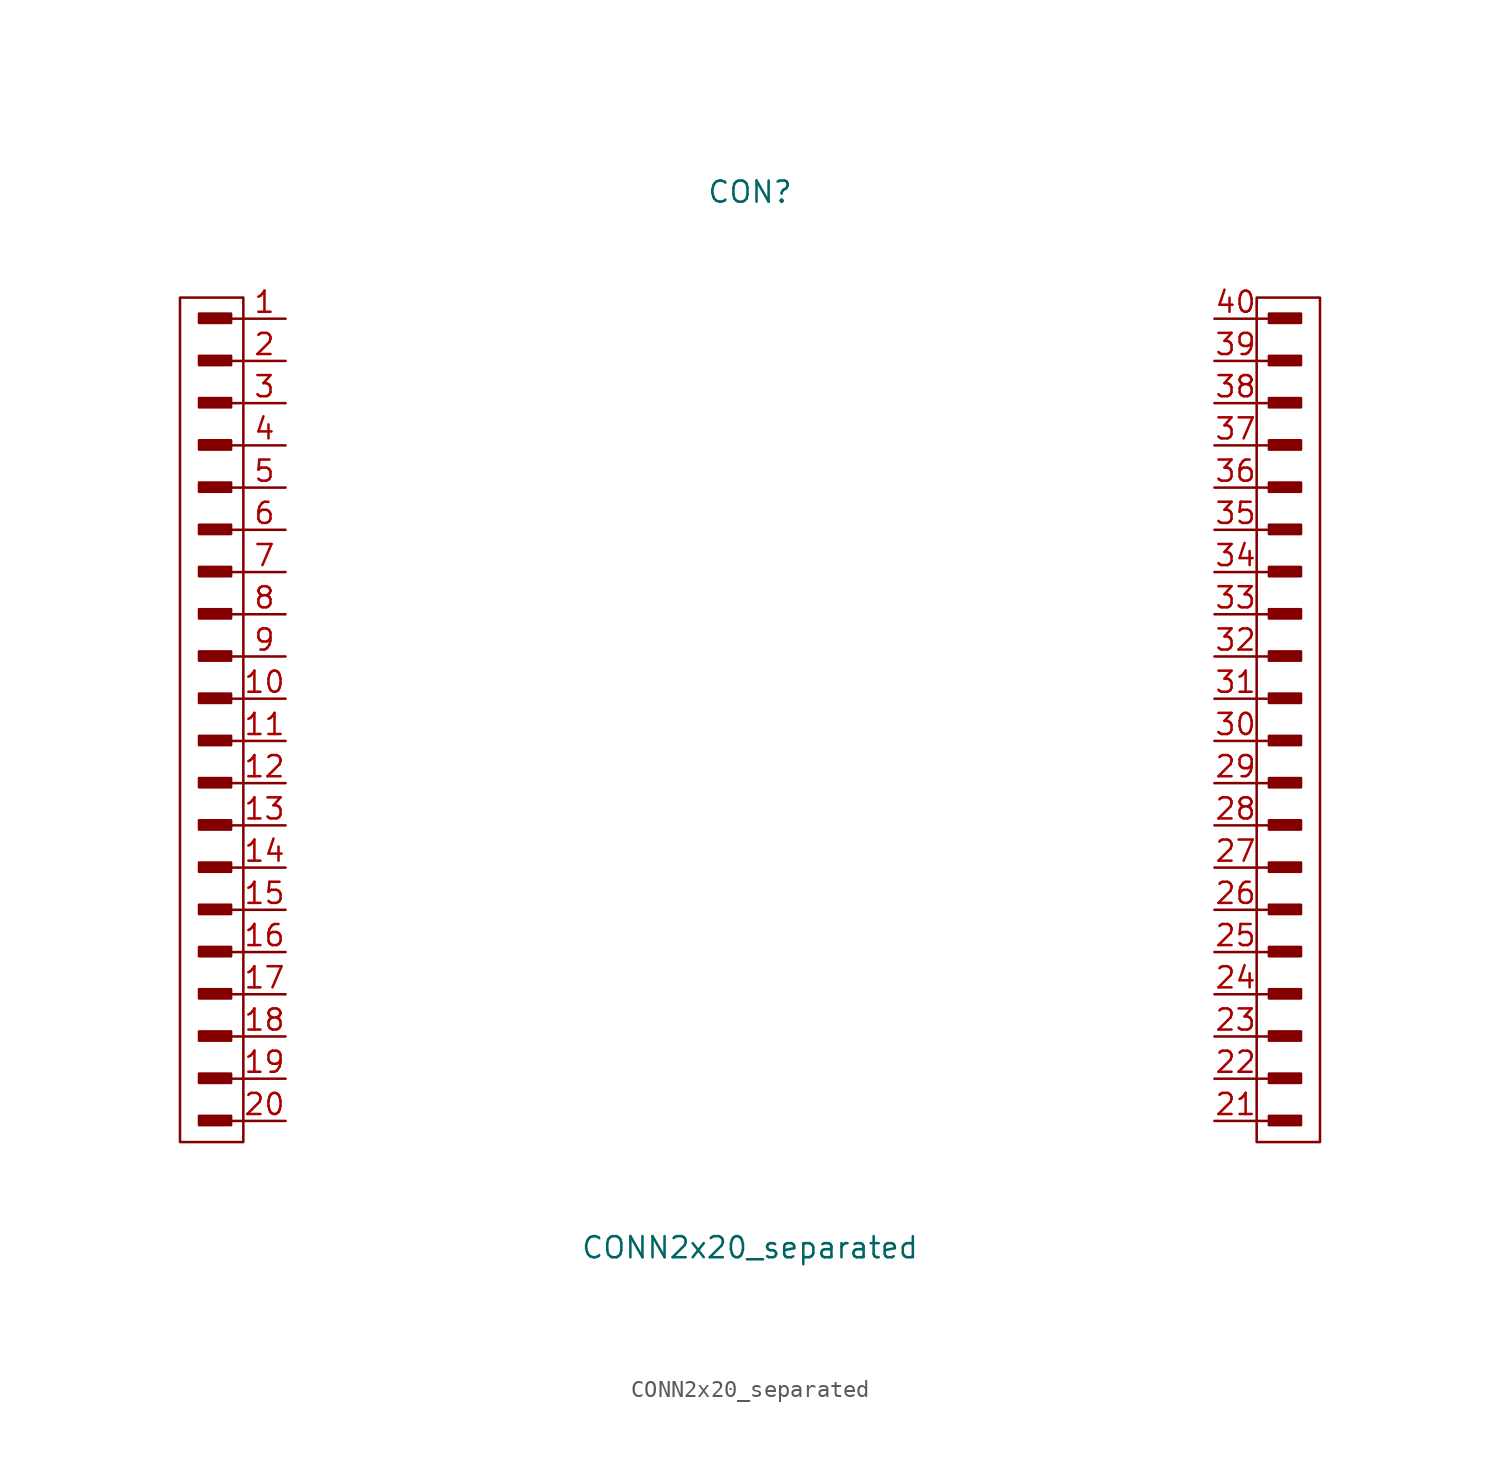
<source format=kicad_sym>
(kicad_symbol_lib
  (version 20220914)
  (generator kicad_symbol_editor)
  (symbol "CONN2x20_separated"
    (pin_names
      (offset 1.016))
    (property "Reference" "CON"
      (at 0 33.02 0)
      (effects (font (size 1.27 1.27))))
    (property "Value" "CONN2x20_separated"
      (at 0 -30.48 0)
      (effects (font (size 1.27 1.27))))
    (symbol "CONN2x20_separated_1_1"
      (rectangle (start -33.122 -23.012) (end -31.344 -22.657) (stroke (width 0) (type solid)) (fill (type none)))
      (rectangle (start -33.122 -17.932) (end -31.344 -17.577) (stroke (width 0) (type solid)) (fill (type none)))
      (rectangle (start -33.122 -15.392) (end -31.344 -15.037) (stroke (width 0) (type solid)) (fill (type none)))
      (rectangle (start -33.122 -12.852) (end -31.344 -12.497) (stroke (width 0) (type solid)) (fill (type none)))
      (rectangle (start -33.122 -10.312) (end -31.344 -9.957) (stroke (width 0) (type solid)) (fill (type none)))
      (rectangle (start -33.122 -7.772) (end -31.344 -7.417) (stroke (width 0) (type solid)) (fill (type none)))
      (rectangle (start -33.122 -5.232) (end -31.344 -4.877) (stroke (width 0) (type solid)) (fill (type none)))
      (rectangle (start -33.122 -2.692) (end -31.344 -2.337) (stroke (width 0) (type solid)) (fill (type none)))
      (rectangle (start -33.122 2.388) (end -31.344 2.743) (stroke (width 0) (type solid)) (fill (type none)))
      (rectangle (start -33.122 7.468) (end -31.344 7.823) (stroke (width 0) (type solid)) (fill (type none)))
      (rectangle (start -33.122 10.008) (end -31.344 10.363) (stroke (width 0) (type solid)) (fill (type none)))
      (rectangle (start -33.122 12.548) (end -31.344 12.903) (stroke (width 0) (type solid)) (fill (type none)))
      (rectangle (start -33.122 15.088) (end -31.344 15.443) (stroke (width 0) (type solid)) (fill (type none)))
      (rectangle (start -33.122 17.628) (end -31.344 17.983) (stroke (width 0) (type solid)) (fill (type none)))
      (rectangle (start -33.122 20.168) (end -31.344 20.523) (stroke (width 0) (type solid)) (fill (type none)))
      (rectangle (start -33.122 22.708) (end -31.344 23.063) (stroke (width 0) (type solid)) (fill (type none)))
      (rectangle (start -33.096 -22.911) (end -31.445 -22.809) (stroke (width 0) (type solid)) (fill (type none)))
      (rectangle (start -33.096 -20.472) (end -31.318 -20.117) (stroke (width 0) (type solid)) (fill (type none)))
      (rectangle (start -33.096 -17.831) (end -31.445 -17.729) (stroke (width 0) (type solid)) (fill (type none)))
      (rectangle (start -33.096 -15.291) (end -31.445 -15.189) (stroke (width 0) (type solid)) (fill (type none)))
      (rectangle (start -33.096 -12.751) (end -31.445 -12.649) (stroke (width 0) (type solid)) (fill (type none)))
      (rectangle (start -33.096 -10.211) (end -31.445 -10.109) (stroke (width 0) (type solid)) (fill (type none)))
      (rectangle (start -33.096 -7.671) (end -31.445 -7.569) (stroke (width 0) (type solid)) (fill (type none)))
      (rectangle (start -33.096 -5.131) (end -31.445 -5.029) (stroke (width 0) (type solid)) (fill (type none)))
      (rectangle (start -33.096 -2.591) (end -31.445 -2.489) (stroke (width 0) (type solid)) (fill (type none)))
      (rectangle (start -33.096 -0.152) (end -31.318 0.203) (stroke (width 0) (type solid)) (fill (type none)))
      (rectangle (start -33.096 2.489) (end -31.445 2.591) (stroke (width 0) (type solid)) (fill (type none)))
      (rectangle (start -33.096 4.928) (end -31.318 5.283) (stroke (width 0) (type solid)) (fill (type none)))
      (rectangle (start -33.096 7.569) (end -31.445 7.671) (stroke (width 0) (type solid)) (fill (type none)))
      (rectangle (start -33.096 10.109) (end -31.445 10.211) (stroke (width 0) (type solid)) (fill (type none)))
      (rectangle (start -33.096 12.649) (end -31.445 12.751) (stroke (width 0) (type solid)) (fill (type none)))
      (rectangle (start -33.096 15.189) (end -31.445 15.291) (stroke (width 0) (type solid)) (fill (type none)))
      (rectangle (start -33.096 17.729) (end -31.445 17.831) (stroke (width 0) (type solid)) (fill (type none)))
      (rectangle (start -33.096 20.269) (end -31.445 20.371) (stroke (width 0) (type solid)) (fill (type none)))
      (rectangle (start -33.096 22.809) (end -31.445 22.911) (stroke (width 0) (type solid)) (fill (type none)))
      (rectangle (start -33.096 25.248) (end -31.318 25.603) (stroke (width 0) (type solid)) (fill (type none)))
      (rectangle (start -33.071 -20.345) (end -31.42 -20.244) (stroke (width 0) (type solid)) (fill (type none)))
      (rectangle (start -33.071 -0.025) (end -31.42 0.076) (stroke (width 0) (type solid)) (fill (type none)))
      (rectangle (start -33.071 5.055) (end -31.42 5.156) (stroke (width 0) (type solid)) (fill (type none)))
      (rectangle (start -33.071 25.375) (end -31.42 25.476) (stroke (width 0) (type solid)) (fill (type none)))
      (rectangle (start -31.445 -22.733) (end -33.122 -22.936) (stroke (width 0) (type solid)) (fill (type none)))
      (rectangle (start -31.445 -17.653) (end -33.122 -17.856) (stroke (width 0) (type solid)) (fill (type none)))
      (rectangle (start -31.445 -15.113) (end -33.122 -15.316) (stroke (width 0) (type solid)) (fill (type none)))
      (rectangle (start -31.445 -12.573) (end -33.122 -12.776) (stroke (width 0) (type solid)) (fill (type none)))
      (rectangle (start -31.445 -10.033) (end -33.122 -10.236) (stroke (width 0) (type solid)) (fill (type none)))
      (rectangle (start -31.445 -7.493) (end -33.122 -7.696) (stroke (width 0) (type solid)) (fill (type none)))
      (rectangle (start -31.445 -4.953) (end -33.122 -5.156) (stroke (width 0) (type solid)) (fill (type none)))
      (rectangle (start -31.445 -2.413) (end -33.122 -2.616) (stroke (width 0) (type solid)) (fill (type none)))
      (rectangle (start -31.445 2.667) (end -33.122 2.464) (stroke (width 0) (type solid)) (fill (type none)))
      (rectangle (start -31.445 7.747) (end -33.122 7.544) (stroke (width 0) (type solid)) (fill (type none)))
      (rectangle (start -31.445 10.287) (end -33.122 10.084) (stroke (width 0) (type solid)) (fill (type none)))
      (rectangle (start -31.445 12.827) (end -33.122 12.624) (stroke (width 0) (type solid)) (fill (type none)))
      (rectangle (start -31.445 15.367) (end -33.122 15.164) (stroke (width 0) (type solid)) (fill (type none)))
      (rectangle (start -31.445 17.907) (end -33.122 17.704) (stroke (width 0) (type solid)) (fill (type none)))
      (rectangle (start -31.445 20.447) (end -33.122 20.244) (stroke (width 0) (type solid)) (fill (type none)))
      (rectangle (start -31.445 22.987) (end -33.122 22.784) (stroke (width 0) (type solid)) (fill (type none)))
      (rectangle (start -31.344 -20.218) (end -33.02 -20.422) (stroke (width 0) (type solid)) (fill (type none)))
      (rectangle (start -31.344 0.102) (end -33.02 -0.102) (stroke (width 0) (type solid)) (fill (type none)))
      (rectangle (start -31.344 5.182) (end -33.02 4.978) (stroke (width 0) (type solid)) (fill (type none)))
      (rectangle (start -31.344 25.502) (end -33.02 25.298) (stroke (width 0) (type solid)) (fill (type none)))
      (rectangle (start -31.217 -22.555) (end -33.147 -23.114) (stroke (width 0) (type solid)) (fill (type none)))
      (rectangle (start -31.217 -20.015) (end -33.147 -20.574) (stroke (width 0) (type solid)) (fill (type none)))
      (rectangle (start -31.217 -17.475) (end -33.147 -18.034) (stroke (width 0) (type solid)) (fill (type none)))
      (rectangle (start -31.217 -14.935) (end -33.147 -15.494) (stroke (width 0) (type solid)) (fill (type none)))
      (rectangle (start -31.217 -12.395) (end -33.147 -12.954) (stroke (width 0) (type solid)) (fill (type none)))
      (rectangle (start -31.217 -9.855) (end -33.147 -10.414) (stroke (width 0) (type solid)) (fill (type none)))
      (rectangle (start -31.217 -7.315) (end -33.147 -7.874) (stroke (width 0) (type solid)) (fill (type none)))
      (rectangle (start -31.217 -4.775) (end -33.147 -5.334) (stroke (width 0) (type solid)) (fill (type none)))
      (rectangle (start -31.217 -2.235) (end -33.147 -2.794) (stroke (width 0) (type solid)) (fill (type none)))
      (rectangle (start -31.217 0.305) (end -33.147 -0.254) (stroke (width 0) (type solid)) (fill (type none)))
      (rectangle (start -31.217 2.845) (end -33.147 2.286) (stroke (width 0) (type solid)) (fill (type none)))
      (rectangle (start -31.217 5.385) (end -33.147 4.826) (stroke (width 0) (type solid)) (fill (type none)))
      (rectangle (start -31.217 7.925) (end -33.147 7.366) (stroke (width 0) (type solid)) (fill (type none)))
      (rectangle (start -31.217 10.465) (end -33.147 9.906) (stroke (width 0) (type solid)) (fill (type none)))
      (rectangle (start -31.217 13.005) (end -33.147 12.446) (stroke (width 0) (type solid)) (fill (type none)))
      (rectangle (start -31.217 15.545) (end -33.147 14.986) (stroke (width 0) (type solid)) (fill (type none)))
      (rectangle (start -31.217 18.085) (end -33.147 17.526) (stroke (width 0) (type solid)) (fill (type none)))
      (rectangle (start -31.217 20.625) (end -33.147 20.066) (stroke (width 0) (type solid)) (fill (type none)))
      (rectangle (start -31.217 23.165) (end -33.147 22.606) (stroke (width 0) (type solid)) (fill (type none)))
      (rectangle (start -31.217 25.705) (end -33.147 25.146) (stroke (width 0) (type solid)) (fill (type none)))
      (rectangle (start -30.48 -24.13) (end -34.29 26.67) (stroke (width 0) (type solid)) (fill (type none)))
      (polyline (pts (xy -30.48 -22.86) (xy -31.242 -22.86)) (stroke (width 0) (type solid)) (fill (type none)))
      (polyline (pts (xy -30.48 -20.32) (xy -31.242 -20.32)) (stroke (width 0) (type solid)) (fill (type none)))
      (polyline (pts (xy -30.48 -17.78) (xy -31.242 -17.78)) (stroke (width 0) (type solid)) (fill (type none)))
      (polyline (pts (xy -30.48 -15.24) (xy -31.242 -15.24)) (stroke (width 0) (type solid)) (fill (type none)))
      (polyline (pts (xy -30.48 -12.7) (xy -31.242 -12.7)) (stroke (width 0) (type solid)) (fill (type none)))
      (polyline (pts (xy -30.48 -10.16) (xy -31.242 -10.16)) (stroke (width 0) (type solid)) (fill (type none)))
      (polyline (pts (xy -30.48 -7.62) (xy -31.242 -7.62)) (stroke (width 0) (type solid)) (fill (type none)))
      (polyline (pts (xy -30.48 -5.08) (xy -31.242 -5.08)) (stroke (width 0) (type solid)) (fill (type none)))
      (polyline (pts (xy -30.48 -2.54) (xy -31.242 -2.54)) (stroke (width 0) (type solid)) (fill (type none)))
      (polyline (pts (xy -30.48 0) (xy -31.242 0)) (stroke (width 0) (type solid)) (fill (type none)))
      (polyline (pts (xy -30.48 2.54) (xy -31.242 2.54)) (stroke (width 0) (type solid)) (fill (type none)))
      (polyline (pts (xy -30.48 5.08) (xy -31.242 5.08)) (stroke (width 0) (type solid)) (fill (type none)))
      (polyline (pts (xy -30.48 7.62) (xy -31.242 7.62)) (stroke (width 0) (type solid)) (fill (type none)))
      (polyline (pts (xy -30.48 10.16) (xy -31.242 10.16)) (stroke (width 0) (type solid)) (fill (type none)))
      (polyline (pts (xy -30.48 12.7) (xy -31.242 12.7)) (stroke (width 0) (type solid)) (fill (type none)))
      (polyline (pts (xy -30.48 15.24) (xy -31.242 15.24)) (stroke (width 0) (type solid)) (fill (type none)))
      (polyline (pts (xy -30.48 17.78) (xy -31.242 17.78)) (stroke (width 0) (type solid)) (fill (type none)))
      (polyline (pts (xy -30.48 20.32) (xy -31.242 20.32)) (stroke (width 0) (type solid)) (fill (type none)))
      (polyline (pts (xy -30.48 22.86) (xy -31.242 22.86)) (stroke (width 0) (type solid)) (fill (type none)))
      (polyline (pts (xy -30.48 25.4) (xy -31.242 25.4)) (stroke (width 0) (type solid)) (fill (type none)))
      (polyline (pts (xy 30.48 -22.86) (xy 31.242 -22.86)) (stroke (width 0) (type solid)) (fill (type none)))
      (polyline (pts (xy 30.48 -20.32) (xy 31.242 -20.32)) (stroke (width 0) (type solid)) (fill (type none)))
      (polyline (pts (xy 30.48 -17.78) (xy 31.242 -17.78)) (stroke (width 0) (type solid)) (fill (type none)))
      (polyline (pts (xy 30.48 -15.24) (xy 31.242 -15.24)) (stroke (width 0) (type solid)) (fill (type none)))
      (polyline (pts (xy 30.48 -12.7) (xy 31.242 -12.7)) (stroke (width 0) (type solid)) (fill (type none)))
      (polyline (pts (xy 30.48 -10.16) (xy 31.242 -10.16)) (stroke (width 0) (type solid)) (fill (type none)))
      (polyline (pts (xy 30.48 -7.62) (xy 31.242 -7.62)) (stroke (width 0) (type solid)) (fill (type none)))
      (polyline (pts (xy 30.48 -5.08) (xy 31.242 -5.08)) (stroke (width 0) (type solid)) (fill (type none)))
      (polyline (pts (xy 30.48 -2.54) (xy 31.242 -2.54)) (stroke (width 0) (type solid)) (fill (type none)))
      (polyline (pts (xy 30.48 0) (xy 31.242 0)) (stroke (width 0) (type solid)) (fill (type none)))
      (polyline (pts (xy 30.48 2.54) (xy 31.242 2.54)) (stroke (width 0) (type solid)) (fill (type none)))
      (polyline (pts (xy 30.48 5.08) (xy 31.242 5.08)) (stroke (width 0) (type solid)) (fill (type none)))
      (polyline (pts (xy 30.48 7.62) (xy 31.242 7.62)) (stroke (width 0) (type solid)) (fill (type none)))
      (polyline (pts (xy 30.48 10.16) (xy 31.242 10.16)) (stroke (width 0) (type solid)) (fill (type none)))
      (polyline (pts (xy 30.48 12.7) (xy 31.242 12.7)) (stroke (width 0) (type solid)) (fill (type none)))
      (polyline (pts (xy 30.48 15.24) (xy 31.242 15.24)) (stroke (width 0) (type solid)) (fill (type none)))
      (polyline (pts (xy 30.48 17.78) (xy 31.242 17.78)) (stroke (width 0) (type solid)) (fill (type none)))
      (polyline (pts (xy 30.48 20.32) (xy 31.242 20.32)) (stroke (width 0) (type solid)) (fill (type none)))
      (polyline (pts (xy 30.48 22.86) (xy 31.242 22.86)) (stroke (width 0) (type solid)) (fill (type none)))
      (polyline (pts (xy 30.48 25.4) (xy 31.242 25.4)) (stroke (width 0) (type solid)) (fill (type none)))
      (rectangle (start 30.48 -24.13) (end 34.29 26.67) (stroke (width 0) (type solid)) (fill (type none)))
      (rectangle (start 31.217 -22.555) (end 33.147 -23.114) (stroke (width 0) (type solid)) (fill (type none)))
      (rectangle (start 31.217 -20.015) (end 33.147 -20.574) (stroke (width 0) (type solid)) (fill (type none)))
      (rectangle (start 31.217 -17.475) (end 33.147 -18.034) (stroke (width 0) (type solid)) (fill (type none)))
      (rectangle (start 31.217 -14.935) (end 33.147 -15.494) (stroke (width 0) (type solid)) (fill (type none)))
      (rectangle (start 31.217 -12.395) (end 33.147 -12.954) (stroke (width 0) (type solid)) (fill (type none)))
      (rectangle (start 31.217 -9.855) (end 33.147 -10.414) (stroke (width 0) (type solid)) (fill (type none)))
      (rectangle (start 31.217 -7.315) (end 33.147 -7.874) (stroke (width 0) (type solid)) (fill (type none)))
      (rectangle (start 31.217 -4.775) (end 33.147 -5.334) (stroke (width 0) (type solid)) (fill (type none)))
      (rectangle (start 31.217 -2.235) (end 33.147 -2.794) (stroke (width 0) (type solid)) (fill (type none)))
      (rectangle (start 31.217 0.305) (end 33.147 -0.254) (stroke (width 0) (type solid)) (fill (type none)))
      (rectangle (start 31.217 2.845) (end 33.147 2.286) (stroke (width 0) (type solid)) (fill (type none)))
      (rectangle (start 31.217 5.385) (end 33.147 4.826) (stroke (width 0) (type solid)) (fill (type none)))
      (rectangle (start 31.217 7.925) (end 33.147 7.366) (stroke (width 0) (type solid)) (fill (type none)))
      (rectangle (start 31.217 10.465) (end 33.147 9.906) (stroke (width 0) (type solid)) (fill (type none)))
      (rectangle (start 31.217 13.005) (end 33.147 12.446) (stroke (width 0) (type solid)) (fill (type none)))
      (rectangle (start 31.217 15.545) (end 33.147 14.986) (stroke (width 0) (type solid)) (fill (type none)))
      (rectangle (start 31.217 18.085) (end 33.147 17.526) (stroke (width 0) (type solid)) (fill (type none)))
      (rectangle (start 31.217 20.625) (end 33.147 20.066) (stroke (width 0) (type solid)) (fill (type none)))
      (rectangle (start 31.217 23.165) (end 33.147 22.606) (stroke (width 0) (type solid)) (fill (type none)))
      (rectangle (start 31.217 25.705) (end 33.147 25.146) (stroke (width 0) (type solid)) (fill (type none)))
      (rectangle (start 31.344 -20.218) (end 33.02 -20.422) (stroke (width 0) (type solid)) (fill (type none)))
      (rectangle (start 31.344 0.102) (end 33.02 -0.102) (stroke (width 0) (type solid)) (fill (type none)))
      (rectangle (start 31.344 5.182) (end 33.02 4.978) (stroke (width 0) (type solid)) (fill (type none)))
      (rectangle (start 31.344 25.502) (end 33.02 25.298) (stroke (width 0) (type solid)) (fill (type none)))
      (rectangle (start 31.445 -22.733) (end 33.122 -22.936) (stroke (width 0) (type solid)) (fill (type none)))
      (rectangle (start 31.445 -17.653) (end 33.122 -17.856) (stroke (width 0) (type solid)) (fill (type none)))
      (rectangle (start 31.445 -15.113) (end 33.122 -15.316) (stroke (width 0) (type solid)) (fill (type none)))
      (rectangle (start 31.445 -12.573) (end 33.122 -12.776) (stroke (width 0) (type solid)) (fill (type none)))
      (rectangle (start 31.445 -10.033) (end 33.122 -10.236) (stroke (width 0) (type solid)) (fill (type none)))
      (rectangle (start 31.445 -7.493) (end 33.122 -7.696) (stroke (width 0) (type solid)) (fill (type none)))
      (rectangle (start 31.445 -4.953) (end 33.122 -5.156) (stroke (width 0) (type solid)) (fill (type none)))
      (rectangle (start 31.445 -2.413) (end 33.122 -2.616) (stroke (width 0) (type solid)) (fill (type none)))
      (rectangle (start 31.445 2.667) (end 33.122 2.464) (stroke (width 0) (type solid)) (fill (type none)))
      (rectangle (start 31.445 7.747) (end 33.122 7.544) (stroke (width 0) (type solid)) (fill (type none)))
      (rectangle (start 31.445 10.287) (end 33.122 10.084) (stroke (width 0) (type solid)) (fill (type none)))
      (rectangle (start 31.445 12.827) (end 33.122 12.624) (stroke (width 0) (type solid)) (fill (type none)))
      (rectangle (start 31.445 15.367) (end 33.122 15.164) (stroke (width 0) (type solid)) (fill (type none)))
      (rectangle (start 31.445 17.907) (end 33.122 17.704) (stroke (width 0) (type solid)) (fill (type none)))
      (rectangle (start 31.445 20.447) (end 33.122 20.244) (stroke (width 0) (type solid)) (fill (type none)))
      (rectangle (start 31.445 22.987) (end 33.122 22.784) (stroke (width 0) (type solid)) (fill (type none)))
      (rectangle (start 33.071 -20.345) (end 31.42 -20.244) (stroke (width 0) (type solid)) (fill (type none)))
      (rectangle (start 33.071 -0.025) (end 31.42 0.076) (stroke (width 0) (type solid)) (fill (type none)))
      (rectangle (start 33.071 5.055) (end 31.42 5.156) (stroke (width 0) (type solid)) (fill (type none)))
      (rectangle (start 33.071 25.375) (end 31.42 25.476) (stroke (width 0) (type solid)) (fill (type none)))
      (rectangle (start 33.096 -22.911) (end 31.445 -22.809) (stroke (width 0) (type solid)) (fill (type none)))
      (rectangle (start 33.096 -20.472) (end 31.318 -20.117) (stroke (width 0) (type solid)) (fill (type none)))
      (rectangle (start 33.096 -17.831) (end 31.445 -17.729) (stroke (width 0) (type solid)) (fill (type none)))
      (rectangle (start 33.096 -15.291) (end 31.445 -15.189) (stroke (width 0) (type solid)) (fill (type none)))
      (rectangle (start 33.096 -12.751) (end 31.445 -12.649) (stroke (width 0) (type solid)) (fill (type none)))
      (rectangle (start 33.096 -10.211) (end 31.445 -10.109) (stroke (width 0) (type solid)) (fill (type none)))
      (rectangle (start 33.096 -7.671) (end 31.445 -7.569) (stroke (width 0) (type solid)) (fill (type none)))
      (rectangle (start 33.096 -5.131) (end 31.445 -5.029) (stroke (width 0) (type solid)) (fill (type none)))
      (rectangle (start 33.096 -2.591) (end 31.445 -2.489) (stroke (width 0) (type solid)) (fill (type none)))
      (rectangle (start 33.096 -0.152) (end 31.318 0.203) (stroke (width 0) (type solid)) (fill (type none)))
      (rectangle (start 33.096 2.489) (end 31.445 2.591) (stroke (width 0) (type solid)) (fill (type none)))
      (rectangle (start 33.096 4.928) (end 31.318 5.283) (stroke (width 0) (type solid)) (fill (type none)))
      (rectangle (start 33.096 7.569) (end 31.445 7.671) (stroke (width 0) (type solid)) (fill (type none)))
      (rectangle (start 33.096 10.109) (end 31.445 10.211) (stroke (width 0) (type solid)) (fill (type none)))
      (rectangle (start 33.096 12.649) (end 31.445 12.751) (stroke (width 0) (type solid)) (fill (type none)))
      (rectangle (start 33.096 15.189) (end 31.445 15.291) (stroke (width 0) (type solid)) (fill (type none)))
      (rectangle (start 33.096 17.729) (end 31.445 17.831) (stroke (width 0) (type solid)) (fill (type none)))
      (rectangle (start 33.096 20.269) (end 31.445 20.371) (stroke (width 0) (type solid)) (fill (type none)))
      (rectangle (start 33.096 22.809) (end 31.445 22.911) (stroke (width 0) (type solid)) (fill (type none)))
      (rectangle (start 33.096 25.248) (end 31.318 25.603) (stroke (width 0) (type solid)) (fill (type none)))
      (rectangle (start 33.122 -23.012) (end 31.344 -22.657) (stroke (width 0) (type solid)) (fill (type none)))
      (rectangle (start 33.122 -17.932) (end 31.344 -17.577) (stroke (width 0) (type solid)) (fill (type none)))
      (rectangle (start 33.122 -15.392) (end 31.344 -15.037) (stroke (width 0) (type solid)) (fill (type none)))
      (rectangle (start 33.122 -12.852) (end 31.344 -12.497) (stroke (width 0) (type solid)) (fill (type none)))
      (rectangle (start 33.122 -10.312) (end 31.344 -9.957) (stroke (width 0) (type solid)) (fill (type none)))
      (rectangle (start 33.122 -7.772) (end 31.344 -7.417) (stroke (width 0) (type solid)) (fill (type none)))
      (rectangle (start 33.122 -5.232) (end 31.344 -4.877) (stroke (width 0) (type solid)) (fill (type none)))
      (rectangle (start 33.122 -2.692) (end 31.344 -2.337) (stroke (width 0) (type solid)) (fill (type none)))
      (rectangle (start 33.122 2.388) (end 31.344 2.743) (stroke (width 0) (type solid)) (fill (type none)))
      (rectangle (start 33.122 7.468) (end 31.344 7.823) (stroke (width 0) (type solid)) (fill (type none)))
      (rectangle (start 33.122 10.008) (end 31.344 10.363) (stroke (width 0) (type solid)) (fill (type none)))
      (rectangle (start 33.122 12.548) (end 31.344 12.903) (stroke (width 0) (type solid)) (fill (type none)))
      (rectangle (start 33.122 15.088) (end 31.344 15.443) (stroke (width 0) (type solid)) (fill (type none)))
      (rectangle (start 33.122 17.628) (end 31.344 17.983) (stroke (width 0) (type solid)) (fill (type none)))
      (rectangle (start 33.122 20.168) (end 31.344 20.523) (stroke (width 0) (type solid)) (fill (type none)))
      (rectangle (start 33.122 22.708) (end 31.344 23.063) (stroke (width 0) (type solid)) (fill (type none)))
      (pin passive line (at -27.94 25.4 180) (length 2.54) (name "~" (effects (font (size 1.27 1.27)))) (number "1" (effects (font (size 1.27 1.27)))))
      (pin passive line (at -27.94 2.54 180) (length 2.54) (name "~" (effects (font (size 1.27 1.27)))) (number "10" (effects (font (size 1.27 1.27)))))
      (pin passive line (at -27.94 0 180) (length 2.54) (name "~" (effects (font (size 1.27 1.27)))) (number "11" (effects (font (size 1.27 1.27)))))
      (pin passive line (at -27.94 -2.54 180) (length 2.54) (name "~" (effects (font (size 1.27 1.27)))) (number "12" (effects (font (size 1.27 1.27)))))
      (pin passive line (at -27.94 -5.08 180) (length 2.54) (name "~" (effects (font (size 1.27 1.27)))) (number "13" (effects (font (size 1.27 1.27)))))
      (pin passive line (at -27.94 -7.62 180) (length 2.54) (name "~" (effects (font (size 1.27 1.27)))) (number "14" (effects (font (size 1.27 1.27)))))
      (pin passive line (at -27.94 -10.16 180) (length 2.54) (name "~" (effects (font (size 1.27 1.27)))) (number "15" (effects (font (size 1.27 1.27)))))
      (pin passive line (at -27.94 -12.7 180) (length 2.54) (name "~" (effects (font (size 1.27 1.27)))) (number "16" (effects (font (size 1.27 1.27)))))
      (pin passive line (at -27.94 -15.24 180) (length 2.54) (name "~" (effects (font (size 1.27 1.27)))) (number "17" (effects (font (size 1.27 1.27)))))
      (pin passive line (at -27.94 -17.78 180) (length 2.54) (name "~" (effects (font (size 1.27 1.27)))) (number "18" (effects (font (size 1.27 1.27)))))
      (pin passive line (at -27.94 -20.32 180) (length 2.54) (name "~" (effects (font (size 1.27 1.27)))) (number "19" (effects (font (size 1.27 1.27)))))
      (pin passive line (at -27.94 22.86 180) (length 2.54) (name "~" (effects (font (size 1.27 1.27)))) (number "2" (effects (font (size 1.27 1.27)))))
      (pin passive line (at -27.94 -22.86 180) (length 2.54) (name "~" (effects (font (size 1.27 1.27)))) (number "20" (effects (font (size 1.27 1.27)))))
      (pin passive line (at 27.94 -22.86 0) (length 2.54) (name "~" (effects (font (size 1.27 1.27)))) (number "21" (effects (font (size 1.27 1.27)))))
      (pin passive line (at 27.94 -20.32 0) (length 2.54) (name "~" (effects (font (size 1.27 1.27)))) (number "22" (effects (font (size 1.27 1.27)))))
      (pin passive line (at 27.94 -17.78 0) (length 2.54) (name "~" (effects (font (size 1.27 1.27)))) (number "23" (effects (font (size 1.27 1.27)))))
      (pin passive line (at 27.94 -15.24 0) (length 2.54) (name "~" (effects (font (size 1.27 1.27)))) (number "24" (effects (font (size 1.27 1.27)))))
      (pin passive line (at 27.94 -12.7 0) (length 2.54) (name "~" (effects (font (size 1.27 1.27)))) (number "25" (effects (font (size 1.27 1.27)))))
      (pin passive line (at 27.94 -10.16 0) (length 2.54) (name "~" (effects (font (size 1.27 1.27)))) (number "26" (effects (font (size 1.27 1.27)))))
      (pin passive line (at 27.94 -7.62 0) (length 2.54) (name "~" (effects (font (size 1.27 1.27)))) (number "27" (effects (font (size 1.27 1.27)))))
      (pin passive line (at 27.94 -5.08 0) (length 2.54) (name "~" (effects (font (size 1.27 1.27)))) (number "28" (effects (font (size 1.27 1.27)))))
      (pin passive line (at 27.94 -2.54 0) (length 2.54) (name "~" (effects (font (size 1.27 1.27)))) (number "29" (effects (font (size 1.27 1.27)))))
      (pin passive line (at -27.94 20.32 180) (length 2.54) (name "~" (effects (font (size 1.27 1.27)))) (number "3" (effects (font (size 1.27 1.27)))))
      (pin passive line (at 27.94 0 0) (length 2.54) (name "~" (effects (font (size 1.27 1.27)))) (number "30" (effects (font (size 1.27 1.27)))))
      (pin passive line (at 27.94 2.54 0) (length 2.54) (name "~" (effects (font (size 1.27 1.27)))) (number "31" (effects (font (size 1.27 1.27)))))
      (pin passive line (at 27.94 5.08 0) (length 2.54) (name "~" (effects (font (size 1.27 1.27)))) (number "32" (effects (font (size 1.27 1.27)))))
      (pin passive line (at 27.94 7.62 0) (length 2.54) (name "~" (effects (font (size 1.27 1.27)))) (number "33" (effects (font (size 1.27 1.27)))))
      (pin passive line (at 27.94 10.16 0) (length 2.54) (name "~" (effects (font (size 1.27 1.27)))) (number "34" (effects (font (size 1.27 1.27)))))
      (pin passive line (at 27.94 12.7 0) (length 2.54) (name "~" (effects (font (size 1.27 1.27)))) (number "35" (effects (font (size 1.27 1.27)))))
      (pin passive line (at 27.94 15.24 0) (length 2.54) (name "~" (effects (font (size 1.27 1.27)))) (number "36" (effects (font (size 1.27 1.27)))))
      (pin passive line (at 27.94 17.78 0) (length 2.54) (name "~" (effects (font (size 1.27 1.27)))) (number "37" (effects (font (size 1.27 1.27)))))
      (pin passive line (at 27.94 20.32 0) (length 2.54) (name "~" (effects (font (size 1.27 1.27)))) (number "38" (effects (font (size 1.27 1.27)))))
      (pin passive line (at 27.94 22.86 0) (length 2.54) (name "~" (effects (font (size 1.27 1.27)))) (number "39" (effects (font (size 1.27 1.27)))))
      (pin passive line (at -27.94 17.78 180) (length 2.54) (name "~" (effects (font (size 1.27 1.27)))) (number "4" (effects (font (size 1.27 1.27)))))
      (pin passive line (at 27.94 25.4 0) (length 2.54) (name "~" (effects (font (size 1.27 1.27)))) (number "40" (effects (font (size 1.27 1.27)))))
      (pin passive line (at -27.94 15.24 180) (length 2.54) (name "~" (effects (font (size 1.27 1.27)))) (number "5" (effects (font (size 1.27 1.27)))))
      (pin passive line (at -27.94 12.7 180) (length 2.54) (name "~" (effects (font (size 1.27 1.27)))) (number "6" (effects (font (size 1.27 1.27)))))
      (pin passive line (at -27.94 10.16 180) (length 2.54) (name "~" (effects (font (size 1.27 1.27)))) (number "7" (effects (font (size 1.27 1.27)))))
      (pin passive line (at -27.94 7.62 180) (length 2.54) (name "~" (effects (font (size 1.27 1.27)))) (number "8" (effects (font (size 1.27 1.27)))))
      (pin passive line (at -27.94 5.08 180) (length 2.54) (name "~" (effects (font (size 1.27 1.27)))) (number "9" (effects (font (size 1.27 1.27))))))))
</source>
